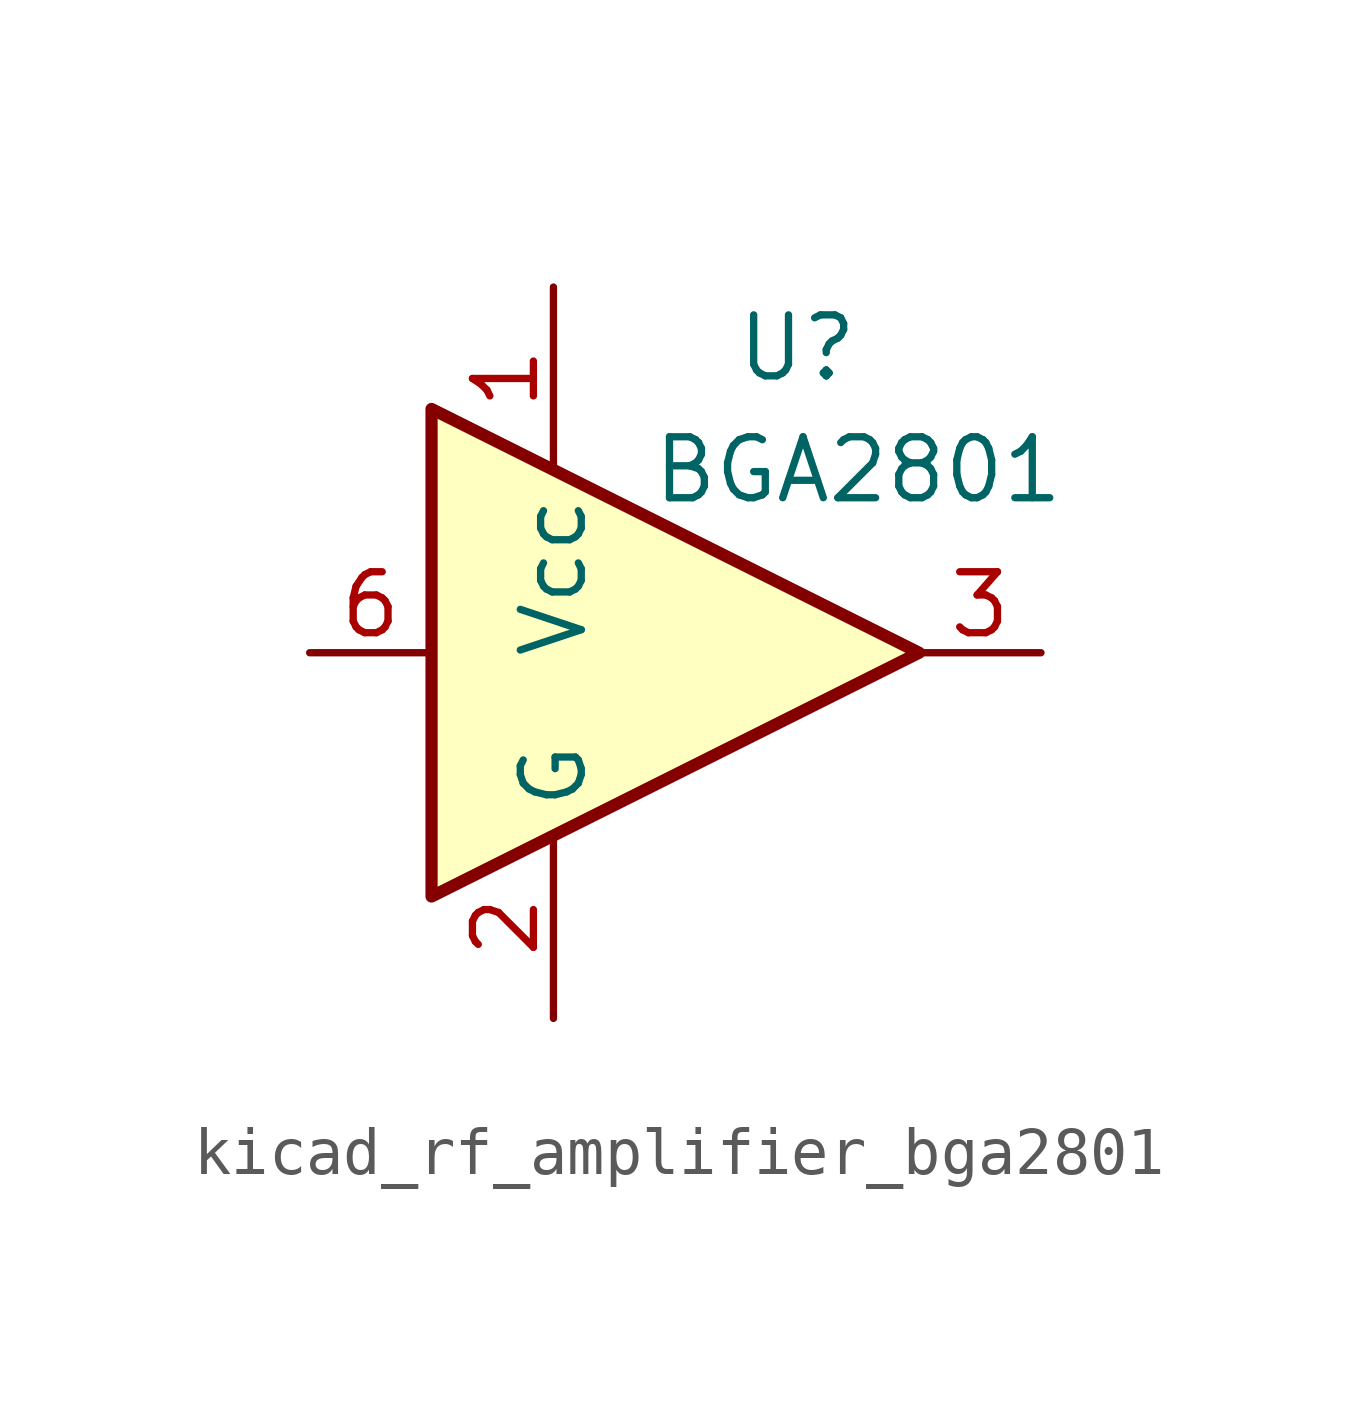
<source format=kicad_sym>
(kicad_symbol_lib
  (version 20220914)
  (generator kicad_symbol_editor)
  (symbol "kicad_rf_amplifier_bga2801"
    (property "Reference" "U"
      (at 2.54 6.35 0)
      (effects (font (size 1.27 1.27))))
    (property "Value" "BGA2801"
      (at 3.81 3.81 0)
      (effects (font (size 1.27 1.27))))
    (symbol "kicad_rf_amplifier_bga2801_0_1"
      (polyline (pts (xy 5.08 0) (xy -5.08 5.08) (xy -5.08 -5.08) (xy 5.08 0)) (stroke (width 0.254) (type default)) (fill (type background))))
    (symbol "kicad_rf_amplifier_bga2801_1_1"
      (pin power_in line (at -2.54 7.62 270) (length 3.81) (name "Vcc" (effects (font (size 1.27 1.27)))) (number "1" (effects (font (size 1.27 1.27)))))
      (pin power_in line (at -2.54 -7.62 90) (length 3.81) (name "G" (effects (font (size 1.27 1.27)))) (number "2" (effects (font (size 1.27 1.27)))))
      (pin output line (at 7.62 0 180) (length 2.54) (name "~" (effects (font (size 1.27 1.27)))) (number "3" (effects (font (size 1.27 1.27)))))
      (pin passive line (at -2.54 -7.62 90) (length 3.81) hide (name "G" (effects (font (size 1.27 1.27)))) (number "4" (effects (font (size 1.27 1.27)))))
      (pin passive line (at -2.54 -7.62 90) (length 3.81) hide (name "G" (effects (font (size 1.27 1.27)))) (number "5" (effects (font (size 1.27 1.27)))))
      (pin input line (at -7.62 0 0) (length 2.54) (name "~" (effects (font (size 1.27 1.27)))) (number "6" (effects (font (size 1.27 1.27))))))))
</source>
